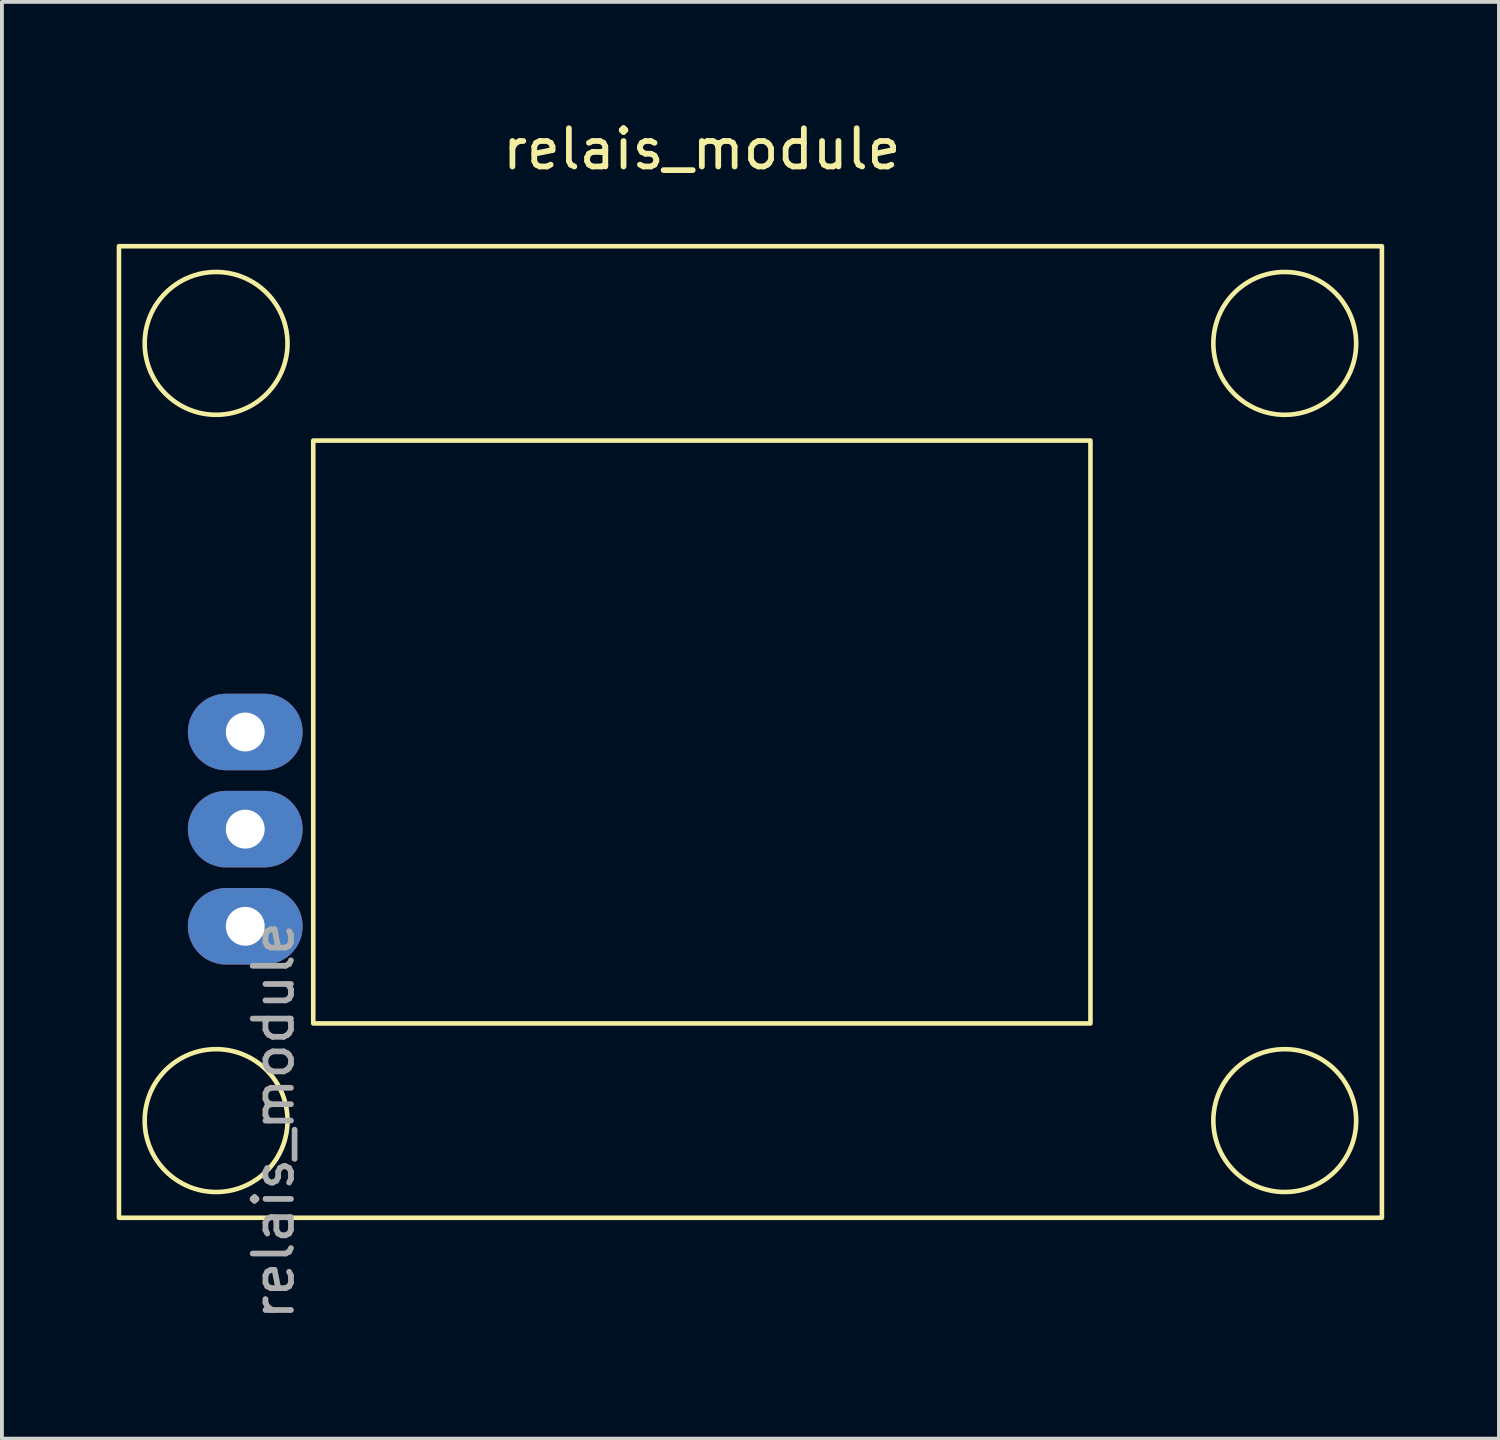
<source format=kicad_pcb>
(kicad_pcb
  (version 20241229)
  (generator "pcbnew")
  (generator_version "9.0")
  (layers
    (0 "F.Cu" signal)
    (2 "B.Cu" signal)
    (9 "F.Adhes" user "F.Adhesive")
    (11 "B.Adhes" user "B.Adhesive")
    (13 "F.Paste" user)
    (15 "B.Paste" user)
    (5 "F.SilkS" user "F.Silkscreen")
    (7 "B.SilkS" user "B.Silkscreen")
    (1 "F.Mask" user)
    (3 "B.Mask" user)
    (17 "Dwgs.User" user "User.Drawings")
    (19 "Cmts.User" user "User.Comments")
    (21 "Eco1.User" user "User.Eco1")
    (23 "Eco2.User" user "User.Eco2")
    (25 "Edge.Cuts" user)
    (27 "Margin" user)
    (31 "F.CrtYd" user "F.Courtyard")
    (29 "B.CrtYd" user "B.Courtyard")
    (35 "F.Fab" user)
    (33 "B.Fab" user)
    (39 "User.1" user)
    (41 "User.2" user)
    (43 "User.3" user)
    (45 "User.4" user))
  (footprint "relais_module"
    (layer "F.Cu")
    (at 15.3 16.088)
    (property "Reference" "relais_module" (at 0 -15.24 180) (layer "F.SilkS") (effects (font (size 1 1) (thickness 0.15))))
    (attr through_hole)
    (fp_rect (start -15.24 -12.7) (end 17.78 12.7) (stroke (width 0.12) (type solid)) (fill no) (layer "F.SilkS"))
    (fp_rect (start -10.16 -7.62) (end 10.16 7.62) (stroke (width 0.12) (type solid)) (fill no) (layer "F.SilkS"))
    (fp_circle (center -12.7 -10.16) (end -10.834 -10.098) (stroke (width 0.12) (type solid)) (fill no) (layer "F.SilkS"))
    (fp_circle (center -12.7 10.16) (end -10.834 10.222) (stroke (width 0.12) (type solid)) (fill no) (layer "F.SilkS"))
    (fp_circle (center 15.24 -10.16) (end 17.106 -10.098) (stroke (width 0.12) (type solid)) (fill no) (layer "F.SilkS"))
    (fp_circle (center 15.24 10.16) (end 17.106 10.222) (stroke (width 0.12) (type solid)) (fill no) (layer "F.SilkS"))
    (fp_text user "${REFERENCE}" (at -11.198 10.16 90) (layer "F.Fab") (effects (font (size 1 1) (thickness 0.15))))
    (pad "1" thru_hole oval (at -11.938 5.08 90) (size 2 3) (drill 1.016) (layers "*.Cu" "*.Mask"))
    (pad "2" thru_hole oval (at -11.938 2.54 90) (size 2 3) (drill 1.016) (layers "*.Cu" "*.Mask"))
    (pad "3" thru_hole oval (at -11.938 0 90) (size 2 3) (drill 1.016) (layers "*.Cu" "*.Mask")))
  (gr_rect
    (start -3 -3)
    (end 36.14 34.564)
    (stroke (width 0.1) (type default))
    (fill no)
    (layer "Edge.Cuts")))
</source>
